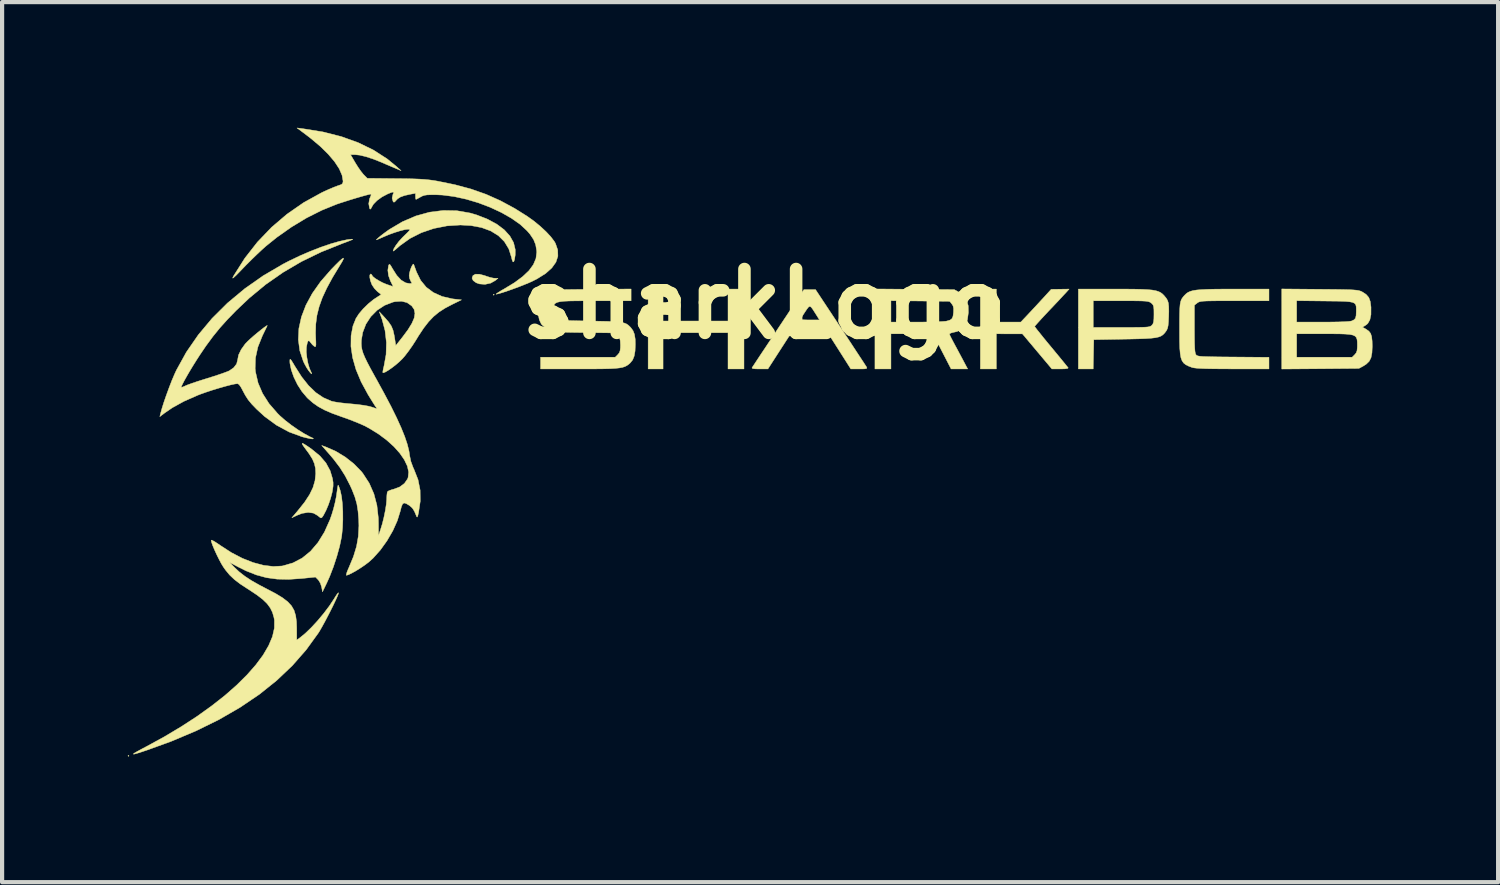
<source format=kicad_pcb>
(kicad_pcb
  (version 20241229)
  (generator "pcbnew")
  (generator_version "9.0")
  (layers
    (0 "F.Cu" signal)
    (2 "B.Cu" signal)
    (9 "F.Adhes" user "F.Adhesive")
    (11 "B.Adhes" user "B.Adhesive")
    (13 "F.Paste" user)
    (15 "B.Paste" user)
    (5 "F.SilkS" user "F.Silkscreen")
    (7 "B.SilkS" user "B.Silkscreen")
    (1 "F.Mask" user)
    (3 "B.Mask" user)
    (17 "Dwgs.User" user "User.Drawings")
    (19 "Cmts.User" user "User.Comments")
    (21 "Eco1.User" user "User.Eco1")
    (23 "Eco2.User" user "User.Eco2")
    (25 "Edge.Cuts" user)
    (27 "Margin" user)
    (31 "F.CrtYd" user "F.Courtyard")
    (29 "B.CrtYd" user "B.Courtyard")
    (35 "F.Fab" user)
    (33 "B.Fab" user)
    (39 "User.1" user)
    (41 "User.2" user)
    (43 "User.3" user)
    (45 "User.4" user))
  (footprint "sharkLogo"
    (layer "F.Cu")
    (at 14.421 7.508)
    (property "Reference" "sharkLogo" (at 0.775 -3.3 0) (layer "F.SilkS") (effects (font (size 1.524 1.524) (thickness 0.3))))
    (attr through_hole)
    (fp_poly (pts (xy -14.391 7.488) (xy -14.404 7.501) (xy -14.416 7.488) (xy -14.404 7.475) (xy -14.391 7.488)) (stroke (width 0.01) (type solid)) (fill yes) (layer "F.SilkS"))
    (fp_poly (pts (xy -5.67 -3.521) (xy -5.683 -3.509) (xy -5.695 -3.521) (xy -5.683 -3.534) (xy -5.67 -3.521)) (stroke (width 0.01) (type solid)) (fill yes) (layer "F.SilkS"))
    (fp_poly (pts (xy -1.64 -2.893) (xy -0.089 -2.893) (xy -0.089 -3.656) (xy 0.292 -3.656) (xy 0.292 -1.749) (xy -0.089 -1.749) (xy -0.089 -2.614) (xy -1.64 -2.614) (xy -1.64 -1.749) (xy -1.996 -1.749) (xy -1.996 -3.656) (xy -1.64 -3.656) (xy -1.64 -2.893)) (stroke (width 0.01) (type solid)) (fill yes) (layer "F.SilkS"))
    (fp_poly (pts (xy -6.025 -4.011) (xy -5.898 -3.978) (xy -5.867 -3.966) (xy -5.777 -3.937) (xy -5.694 -3.918) (xy -5.657 -3.915) (xy -5.581 -3.914) (xy -5.64 -3.864) (xy -5.756 -3.798) (xy -5.889 -3.769) (xy -6.023 -3.779) (xy -6.102 -3.807) (xy -6.174 -3.86) (xy -6.201 -3.918) (xy -6.179 -3.978) (xy -6.177 -3.98) (xy -6.119 -4.012) (xy -6.025 -4.011)) (stroke (width 0.01) (type solid)) (fill yes) (layer "F.SilkS"))
    (fp_poly (pts (xy -10.22 0.039) (xy -10.149 0.083) (xy -10.04 0.158) (xy -10.027 0.168) (xy -9.834 0.326) (xy -9.689 0.495) (xy -9.588 0.681) (xy -9.532 0.869) (xy -9.518 0.961) (xy -9.518 1.049) (xy -9.533 1.155) (xy -9.543 1.208) (xy -9.579 1.344) (xy -9.629 1.491) (xy -9.688 1.631) (xy -9.748 1.745) (xy -9.769 1.778) (xy -9.793 1.805) (xy -9.817 1.806) (xy -9.857 1.776) (xy -9.885 1.752) (xy -9.987 1.693) (xy -10.114 1.676) (xy -10.258 1.699) (xy -10.368 1.741) (xy -10.503 1.804) (xy -10.358 1.633) (xy -10.198 1.432) (xy -10.079 1.25) (xy -9.997 1.08) (xy -9.95 0.917) (xy -9.933 0.753) (xy -9.933 0.75) (xy -9.939 0.625) (xy -9.964 0.513) (xy -10.012 0.401) (xy -10.089 0.278) (xy -10.169 0.169) (xy -10.227 0.09) (xy -10.257 0.042) (xy -10.255 0.025) (xy -10.22 0.039)) (stroke (width 0.01) (type solid)) (fill yes) (layer "F.SilkS"))
    (fp_poly (pts (xy 6.318 -2.868) (xy 6.901 -2.868) (xy 7.075 -3.052) (xy 7.172 -3.156) (xy 7.285 -3.277) (xy 7.394 -3.396) (xy 7.438 -3.443) (xy 7.627 -3.65) (xy 8.055 -3.656) (xy 8.006 -3.6) (xy 7.974 -3.565) (xy 7.913 -3.5) (xy 7.83 -3.41) (xy 7.73 -3.304) (xy 7.619 -3.187) (xy 7.595 -3.162) (xy 7.487 -3.047) (xy 7.391 -2.944) (xy 7.314 -2.859) (xy 7.26 -2.798) (xy 7.234 -2.767) (xy 7.233 -2.764) (xy 7.249 -2.74) (xy 7.292 -2.683) (xy 7.36 -2.599) (xy 7.446 -2.491) (xy 7.548 -2.367) (xy 7.626 -2.273) (xy 7.736 -2.14) (xy 7.836 -2.019) (xy 7.92 -1.916) (xy 7.984 -1.837) (xy 8.024 -1.788) (xy 8.034 -1.774) (xy 8.019 -1.761) (xy 7.959 -1.752) (xy 7.859 -1.749) (xy 7.847 -1.749) (xy 7.644 -1.749) (xy 6.941 -2.586) (xy 6.629 -2.587) (xy 6.318 -2.588) (xy 6.318 -1.749) (xy 5.936 -1.749) (xy 5.936 -3.656) (xy 6.318 -3.656) (xy 6.318 -2.868)) (stroke (width 0.01) (type solid)) (fill yes) (layer "F.SilkS"))
    (fp_poly (pts (xy -9.272 -4.371) (xy -9.303 -4.31) (xy -9.36 -4.216) (xy -9.531 -3.934) (xy -9.668 -3.681) (xy -9.775 -3.451) (xy -9.852 -3.235) (xy -9.904 -3.028) (xy -9.931 -2.821) (xy -9.937 -2.608) (xy -9.934 -2.511) (xy -9.929 -2.398) (xy -9.928 -2.327) (xy -9.933 -2.291) (xy -9.944 -2.28) (xy -9.964 -2.287) (xy -9.966 -2.288) (xy -10.011 -2.326) (xy -10.055 -2.38) (xy -10.088 -2.42) (xy -10.113 -2.42) (xy -10.133 -2.377) (xy -10.151 -2.288) (xy -10.155 -2.26) (xy -10.158 -2.154) (xy -10.144 -2.023) (xy -10.118 -1.886) (xy -10.082 -1.764) (xy -10.057 -1.706) (xy -10.03 -1.648) (xy -10.032 -1.631) (xy -10.059 -1.655) (xy -10.104 -1.711) (xy -10.152 -1.783) (xy -10.203 -1.877) (xy -10.23 -1.934) (xy -10.313 -2.185) (xy -10.348 -2.446) (xy -10.335 -2.716) (xy -10.274 -2.992) (xy -10.167 -3.272) (xy -10.014 -3.554) (xy -9.815 -3.836) (xy -9.571 -4.116) (xy -9.564 -4.124) (xy -9.443 -4.248) (xy -9.354 -4.335) (xy -9.296 -4.384) (xy -9.27 -4.396) (xy -9.272 -4.371)) (stroke (width 0.01) (type solid)) (fill yes) (layer "F.SilkS"))
    (fp_poly (pts (xy 5.313 -3.643) (xy 5.428 -3.58) (xy 5.538 -3.498) (xy 5.609 -3.393) (xy 5.646 -3.258) (xy 5.65 -3.097) (xy 5.627 -2.926) (xy 5.576 -2.795) (xy 5.495 -2.702) (xy 5.381 -2.643) (xy 5.294 -2.623) (xy 5.233 -2.607) (xy 5.201 -2.587) (xy 5.199 -2.583) (xy 5.21 -2.549) (xy 5.241 -2.486) (xy 5.283 -2.405) (xy 5.285 -2.402) (xy 5.334 -2.31) (xy 5.398 -2.192) (xy 5.465 -2.066) (xy 5.502 -1.997) (xy 5.633 -1.749) (xy 5.435 -1.75) (xy 5.237 -1.75) (xy 5.021 -2.169) (xy 4.805 -2.588) (xy 3.801 -2.588) (xy 3.801 -1.749) (xy 3.419 -1.749) (xy 3.419 -2.868) (xy 3.801 -2.868) (xy 4.417 -2.868) (xy 4.595 -2.869) (xy 4.761 -2.872) (xy 4.907 -2.876) (xy 5.025 -2.882) (xy 5.105 -2.888) (xy 5.132 -2.892) (xy 5.212 -2.916) (xy 5.258 -2.95) (xy 5.283 -3.008) (xy 5.295 -3.102) (xy 5.297 -3.193) (xy 5.284 -3.254) (xy 5.255 -3.3) (xy 5.204 -3.364) (xy 3.801 -3.379) (xy 3.801 -2.868) (xy 3.419 -2.868) (xy 3.419 -3.659) (xy 5.313 -3.643)) (stroke (width 0.01) (type solid)) (fill yes) (layer "F.SilkS"))
    (fp_poly (pts (xy 2.598 -2.741) (xy 2.725 -2.548) (xy 2.844 -2.367) (xy 2.952 -2.202) (xy 3.046 -2.059) (xy 3.123 -1.942) (xy 3.179 -1.856) (xy 3.212 -1.805) (xy 3.219 -1.794) (xy 3.226 -1.771) (xy 3.214 -1.758) (xy 3.173 -1.751) (xy 3.094 -1.749) (xy 3.043 -1.749) (xy 2.843 -1.749) (xy 2.593 -2.143) (xy 2.342 -2.537) (xy 1.857 -2.537) (xy 1.372 -2.536) (xy 1.118 -2.143) (xy 0.864 -1.749) (xy 0.665 -1.749) (xy 0.563 -1.751) (xy 0.505 -1.758) (xy 0.484 -1.77) (xy 0.486 -1.781) (xy 0.504 -1.808) (xy 0.547 -1.873) (xy 0.612 -1.972) (xy 0.696 -2.099) (xy 0.797 -2.25) (xy 0.911 -2.422) (xy 1.035 -2.608) (xy 1.114 -2.728) (xy 1.25 -2.932) (xy 1.639 -2.932) (xy 1.663 -2.926) (xy 1.726 -2.922) (xy 1.817 -2.919) (xy 1.868 -2.919) (xy 2.096 -2.919) (xy 2.004 -3.065) (xy 1.941 -3.164) (xy 1.898 -3.223) (xy 1.865 -3.244) (xy 1.834 -3.228) (xy 1.794 -3.177) (xy 1.75 -3.111) (xy 1.698 -3.031) (xy 1.659 -2.969) (xy 1.64 -2.935) (xy 1.639 -2.932) (xy 1.25 -2.932) (xy 1.723 -3.643) (xy 2.001 -3.643) (xy 2.598 -2.741)) (stroke (width 0.01) (type solid)) (fill yes) (layer "F.SilkS"))
    (fp_poly (pts (xy -6.563 -5.527) (xy -6.241 -5.471) (xy -6.089 -5.426) (xy -5.829 -5.324) (xy -5.609 -5.205) (xy -5.431 -5.071) (xy -5.298 -4.924) (xy -5.209 -4.766) (xy -5.169 -4.599) (xy -5.17 -4.468) (xy -5.186 -4.364) (xy -5.204 -4.309) (xy -5.224 -4.305) (xy -5.244 -4.351) (xy -5.259 -4.415) (xy -5.323 -4.616) (xy -5.428 -4.789) (xy -5.572 -4.932) (xy -5.754 -5.044) (xy -5.973 -5.125) (xy -6.225 -5.172) (xy -6.478 -5.186) (xy -6.801 -5.165) (xy -7.114 -5.103) (xy -7.409 -5.003) (xy -7.68 -4.866) (xy -7.918 -4.696) (xy -7.956 -4.663) (xy -8.02 -4.607) (xy -8.066 -4.571) (xy -8.085 -4.562) (xy -8.085 -4.563) (xy -8.068 -4.619) (xy -8.019 -4.699) (xy -7.948 -4.793) (xy -7.86 -4.89) (xy -7.823 -4.926) (xy -7.746 -5.001) (xy -7.702 -5.048) (xy -7.687 -5.073) (xy -7.697 -5.083) (xy -7.729 -5.085) (xy -7.806 -5.075) (xy -7.916 -5.048) (xy -8.046 -5.007) (xy -8.183 -4.958) (xy -8.311 -4.904) (xy -8.393 -4.868) (xy -8.455 -4.842) (xy -8.483 -4.831) (xy -8.484 -4.831) (xy -8.477 -4.844) (xy -8.437 -4.88) (xy -8.375 -4.932) (xy -8.298 -4.991) (xy -8.215 -5.051) (xy -8.172 -5.081) (xy -7.861 -5.265) (xy -7.541 -5.402) (xy -7.216 -5.492) (xy -6.888 -5.533) (xy -6.563 -5.527)) (stroke (width 0.01) (type solid)) (fill yes) (layer "F.SilkS"))
    (fp_poly (pts (xy 9.396 -3.656) (xy 9.612 -3.654) (xy 9.787 -3.65) (xy 9.927 -3.643) (xy 10.037 -3.633) (xy 10.122 -3.618) (xy 10.188 -3.598) (xy 10.24 -3.573) (xy 10.283 -3.541) (xy 10.322 -3.502) (xy 10.332 -3.49) (xy 10.377 -3.435) (xy 10.407 -3.381) (xy 10.426 -3.319) (xy 10.434 -3.237) (xy 10.436 -3.124) (xy 10.433 -3.003) (xy 10.427 -2.875) (xy 10.419 -2.786) (xy 10.406 -2.724) (xy 10.386 -2.677) (xy 10.367 -2.648) (xy 10.332 -2.602) (xy 10.294 -2.564) (xy 10.25 -2.535) (xy 10.192 -2.512) (xy 10.116 -2.495) (xy 10.015 -2.483) (xy 9.883 -2.474) (xy 9.715 -2.468) (xy 9.505 -2.463) (xy 9.382 -2.461) (xy 8.644 -2.448) (xy 8.637 -2.099) (xy 8.63 -1.749) (xy 8.276 -1.749) (xy 8.276 -3.376) (xy 8.631 -3.376) (xy 8.631 -2.741) (xy 9.305 -2.741) (xy 9.508 -2.741) (xy 9.667 -2.742) (xy 9.787 -2.744) (xy 9.874 -2.747) (xy 9.935 -2.752) (xy 9.976 -2.76) (xy 10.003 -2.771) (xy 10.022 -2.784) (xy 10.03 -2.791) (xy 10.056 -2.825) (xy 10.071 -2.871) (xy 10.079 -2.942) (xy 10.081 -3.051) (xy 10.081 -3.057) (xy 10.08 -3.163) (xy 10.074 -3.23) (xy 10.061 -3.273) (xy 10.037 -3.304) (xy 10.014 -3.324) (xy 9.991 -3.34) (xy 9.965 -3.352) (xy 9.928 -3.361) (xy 9.874 -3.368) (xy 9.798 -3.372) (xy 9.693 -3.375) (xy 9.551 -3.376) (xy 9.368 -3.376) (xy 9.289 -3.376) (xy 8.631 -3.376) (xy 8.276 -3.376) (xy 8.276 -3.656) (xy 9.135 -3.656) (xy 9.396 -3.656)) (stroke (width 0.01) (type solid)) (fill yes) (layer "F.SilkS"))
    (fp_poly (pts (xy 12.827 -3.376) (xy 12.004 -3.376) (xy 11.777 -3.376) (xy 11.596 -3.376) (xy 11.454 -3.374) (xy 11.347 -3.372) (xy 11.267 -3.368) (xy 11.211 -3.362) (xy 11.172 -3.354) (xy 11.145 -3.344) (xy 11.124 -3.331) (xy 11.114 -3.324) (xy 11.047 -3.271) (xy 11.047 -2.706) (xy 11.048 -2.511) (xy 11.05 -2.362) (xy 11.054 -2.252) (xy 11.06 -2.174) (xy 11.069 -2.123) (xy 11.081 -2.094) (xy 11.083 -2.091) (xy 11.095 -2.077) (xy 11.113 -2.067) (xy 11.142 -2.058) (xy 11.188 -2.051) (xy 11.255 -2.046) (xy 11.35 -2.043) (xy 11.477 -2.04) (xy 11.641 -2.037) (xy 11.848 -2.035) (xy 11.973 -2.034) (xy 12.827 -2.027) (xy 12.827 -1.749) (xy 11.956 -1.75) (xy 11.701 -1.751) (xy 11.493 -1.753) (xy 11.327 -1.756) (xy 11.198 -1.761) (xy 11.102 -1.767) (xy 11.035 -1.775) (xy 10.992 -1.784) (xy 10.99 -1.785) (xy 10.907 -1.817) (xy 10.841 -1.85) (xy 10.79 -1.89) (xy 10.752 -1.944) (xy 10.725 -2.017) (xy 10.708 -2.115) (xy 10.697 -2.244) (xy 10.692 -2.41) (xy 10.691 -2.618) (xy 10.691 -2.702) (xy 10.691 -2.905) (xy 10.693 -3.065) (xy 10.697 -3.187) (xy 10.704 -3.28) (xy 10.716 -3.348) (xy 10.733 -3.4) (xy 10.757 -3.442) (xy 10.788 -3.482) (xy 10.814 -3.51) (xy 10.852 -3.547) (xy 10.894 -3.577) (xy 10.947 -3.601) (xy 11.014 -3.62) (xy 11.101 -3.634) (xy 11.214 -3.643) (xy 11.358 -3.65) (xy 11.538 -3.654) (xy 11.759 -3.656) (xy 11.98 -3.656) (xy 12.827 -3.656) (xy 12.827 -3.376)) (stroke (width 0.01) (type solid)) (fill yes) (layer "F.SilkS"))
    (fp_poly (pts (xy 14.041 -3.651) (xy 14.281 -3.649) (xy 14.475 -3.647) (xy 14.63 -3.644) (xy 14.751 -3.641) (xy 14.842 -3.636) (xy 14.91 -3.63) (xy 14.96 -3.623) (xy 14.997 -3.613) (xy 15.028 -3.602) (xy 15.05 -3.591) (xy 15.147 -3.528) (xy 15.21 -3.455) (xy 15.246 -3.358) (xy 15.263 -3.225) (xy 15.263 -3.212) (xy 15.262 -3.046) (xy 15.236 -2.922) (xy 15.186 -2.834) (xy 15.136 -2.793) (xy 15.061 -2.747) (xy 15.152 -2.694) (xy 15.213 -2.65) (xy 15.254 -2.596) (xy 15.278 -2.521) (xy 15.29 -2.415) (xy 15.293 -2.288) (xy 15.286 -2.133) (xy 15.263 -2.017) (xy 15.219 -1.931) (xy 15.15 -1.864) (xy 15.09 -1.825) (xy 14.975 -1.762) (xy 14.053 -1.754) (xy 13.132 -1.747) (xy 13.132 -2.588) (xy 13.488 -2.588) (xy 13.488 -2.029) (xy 14.812 -2.029) (xy 14.875 -2.091) (xy 14.91 -2.135) (xy 14.929 -2.186) (xy 14.936 -2.261) (xy 14.937 -2.314) (xy 14.936 -2.39) (xy 14.93 -2.451) (xy 14.914 -2.498) (xy 14.884 -2.532) (xy 14.832 -2.557) (xy 14.755 -2.573) (xy 14.647 -2.582) (xy 14.502 -2.587) (xy 14.316 -2.588) (xy 14.138 -2.588) (xy 13.488 -2.588) (xy 13.132 -2.588) (xy 13.132 -2.868) (xy 13.488 -2.868) (xy 14.109 -2.868) (xy 14.314 -2.869) (xy 14.49 -2.872) (xy 14.633 -2.877) (xy 14.736 -2.884) (xy 14.795 -2.893) (xy 14.801 -2.895) (xy 14.859 -2.923) (xy 14.892 -2.96) (xy 14.907 -3.022) (xy 14.911 -3.12) (xy 14.911 -3.124) (xy 14.911 -3.192) (xy 14.908 -3.246) (xy 14.896 -3.288) (xy 14.869 -3.318) (xy 14.823 -3.339) (xy 14.751 -3.353) (xy 14.649 -3.362) (xy 14.511 -3.367) (xy 14.332 -3.369) (xy 14.164 -3.371) (xy 13.488 -3.379) (xy 13.488 -2.868) (xy 13.132 -2.868) (xy 13.132 -3.659) (xy 14.041 -3.651)) (stroke (width 0.01) (type solid)) (fill yes) (layer "F.SilkS"))
    (fp_poly (pts (xy -2.403 -3.376) (xy -3.257 -3.376) (xy -3.508 -3.376) (xy -3.714 -3.375) (xy -3.878 -3.372) (xy -4.005 -3.366) (xy -4.101 -3.355) (xy -4.168 -3.339) (xy -4.213 -3.316) (xy -4.24 -3.285) (xy -4.253 -3.246) (xy -4.258 -3.196) (xy -4.259 -3.135) (xy -4.259 -3.132) (xy -4.259 -3.072) (xy -4.254 -3.024) (xy -4.241 -2.986) (xy -4.214 -2.957) (xy -4.167 -2.935) (xy -4.097 -2.92) (xy -3.997 -2.91) (xy -3.863 -2.903) (xy -3.69 -2.899) (xy -3.473 -2.895) (xy -3.386 -2.893) (xy -3.156 -2.889) (xy -2.972 -2.885) (xy -2.826 -2.879) (xy -2.714 -2.871) (xy -2.628 -2.86) (xy -2.564 -2.845) (xy -2.515 -2.825) (xy -2.476 -2.799) (xy -2.439 -2.766) (xy -2.411 -2.737) (xy -2.357 -2.663) (xy -2.323 -2.576) (xy -2.305 -2.462) (xy -2.302 -2.339) (xy -2.308 -2.178) (xy -2.329 -2.057) (xy -2.366 -1.965) (xy -2.422 -1.895) (xy -2.462 -1.859) (xy -2.503 -1.83) (xy -2.55 -1.806) (xy -2.608 -1.787) (xy -2.683 -1.773) (xy -2.78 -1.763) (xy -2.903 -1.756) (xy -3.06 -1.752) (xy -3.253 -1.75) (xy -3.49 -1.749) (xy -3.64 -1.749) (xy -4.564 -1.749) (xy -4.564 -2.029) (xy -2.782 -2.029) (xy -2.72 -2.091) (xy -2.685 -2.134) (xy -2.666 -2.185) (xy -2.658 -2.259) (xy -2.657 -2.317) (xy -2.662 -2.422) (xy -2.679 -2.494) (xy -2.709 -2.545) (xy -2.76 -2.609) (xy -3.503 -2.618) (xy -3.717 -2.62) (xy -3.887 -2.623) (xy -4.018 -2.626) (xy -4.118 -2.63) (xy -4.192 -2.636) (xy -4.247 -2.644) (xy -4.29 -2.654) (xy -4.326 -2.668) (xy -4.363 -2.685) (xy -4.372 -2.69) (xy -4.454 -2.739) (xy -4.522 -2.794) (xy -4.547 -2.821) (xy -4.594 -2.921) (xy -4.62 -3.05) (xy -4.623 -3.191) (xy -4.604 -3.327) (xy -4.564 -3.441) (xy -4.55 -3.464) (xy -4.503 -3.512) (xy -4.43 -3.563) (xy -4.391 -3.585) (xy -4.358 -3.6) (xy -4.326 -3.612) (xy -4.289 -3.622) (xy -4.24 -3.63) (xy -4.175 -3.636) (xy -4.087 -3.64) (xy -3.973 -3.644) (xy -3.825 -3.646) (xy -3.64 -3.648) (xy -3.41 -3.65) (xy -3.338 -3.651) (xy -2.403 -3.658) (xy -2.403 -3.376)) (stroke (width 0.01) (type solid)) (fill yes) (layer "F.SilkS"))
    (fp_poly (pts (xy -9.05 -4.846) (xy -9.061 -4.836) (xy -9.109 -4.815) (xy -9.198 -4.781) (xy -9.293 -4.746) (xy -9.804 -4.541) (xy -10.275 -4.312) (xy -10.713 -4.055) (xy -11.126 -3.767) (xy -11.52 -3.441) (xy -11.824 -3.153) (xy -12.036 -2.935) (xy -12.22 -2.731) (xy -12.388 -2.524) (xy -12.553 -2.3) (xy -12.699 -2.085) (xy -12.779 -1.961) (xy -12.861 -1.83) (xy -12.941 -1.698) (xy -13.013 -1.574) (xy -13.074 -1.465) (xy -13.118 -1.379) (xy -13.142 -1.325) (xy -13.145 -1.313) (xy -13.125 -1.313) (xy -13.075 -1.332) (xy -13.05 -1.344) (xy -12.994 -1.368) (xy -12.9 -1.402) (xy -12.777 -1.444) (xy -12.636 -1.489) (xy -12.524 -1.524) (xy -12.377 -1.57) (xy -12.24 -1.615) (xy -12.123 -1.656) (xy -12.037 -1.688) (xy -11.999 -1.704) (xy -11.892 -1.778) (xy -11.822 -1.869) (xy -11.797 -1.966) (xy -11.797 -1.968) (xy -11.775 -2.083) (xy -11.713 -2.212) (xy -11.618 -2.345) (xy -11.599 -2.366) (xy -11.552 -2.414) (xy -11.485 -2.476) (xy -11.405 -2.546) (xy -11.32 -2.617) (xy -11.238 -2.683) (xy -11.168 -2.737) (xy -11.116 -2.774) (xy -11.09 -2.787) (xy -11.09 -2.782) (xy -11.105 -2.75) (xy -11.137 -2.684) (xy -11.18 -2.595) (xy -11.206 -2.542) (xy -11.314 -2.273) (xy -11.371 -2.013) (xy -11.379 -1.762) (xy -11.37 -1.677) (xy -11.309 -1.414) (xy -11.202 -1.164) (xy -11.048 -0.922) (xy -10.845 -0.688) (xy -10.789 -0.632) (xy -10.666 -0.524) (xy -10.518 -0.409) (xy -10.36 -0.299) (xy -10.206 -0.203) (xy -10.073 -0.131) (xy -10.064 -0.127) (xy -10.003 -0.098) (xy -9.987 -0.083) (xy -10.01 -0.079) (xy -10.018 -0.079) (xy -10.074 -0.086) (xy -10.16 -0.105) (xy -10.258 -0.13) (xy -10.259 -0.13) (xy -10.569 -0.244) (xy -10.869 -0.406) (xy -11.152 -0.613) (xy -11.342 -0.787) (xy -11.458 -0.907) (xy -11.544 -1.011) (xy -11.611 -1.114) (xy -11.658 -1.201) (xy -11.717 -1.312) (xy -11.763 -1.377) (xy -11.799 -1.398) (xy -11.8 -1.398) (xy -11.864 -1.39) (xy -11.966 -1.368) (xy -12.096 -1.334) (xy -12.243 -1.292) (xy -12.398 -1.245) (xy -12.549 -1.195) (xy -12.687 -1.146) (xy -12.756 -1.119) (xy -13.08 -0.976) (xy -13.354 -0.825) (xy -13.538 -0.699) (xy -13.655 -0.61) (xy -13.639 -0.68) (xy -13.607 -0.797) (xy -13.56 -0.948) (xy -13.501 -1.118) (xy -13.436 -1.296) (xy -13.37 -1.467) (xy -13.306 -1.618) (xy -13.261 -1.716) (xy -13.021 -2.151) (xy -12.735 -2.565) (xy -12.407 -2.957) (xy -12.038 -3.324) (xy -11.63 -3.664) (xy -11.187 -3.975) (xy -10.71 -4.254) (xy -10.559 -4.332) (xy -10.31 -4.451) (xy -10.057 -4.56) (xy -9.81 -4.656) (xy -9.576 -4.736) (xy -9.366 -4.796) (xy -9.186 -4.835) (xy -9.124 -4.843) (xy -9.072 -4.848) (xy -9.05 -4.846)) (stroke (width 0.01) (type solid)) (fill yes) (layer "F.SilkS"))
    (fp_poly (pts (xy -9.387 1.042) (xy -9.367 1.096) (xy -9.345 1.163) (xy -9.317 1.293) (xy -9.297 1.461) (xy -9.286 1.651) (xy -9.285 1.851) (xy -9.293 2.047) (xy -9.311 2.226) (xy -9.317 2.267) (xy -9.362 2.484) (xy -9.429 2.726) (xy -9.51 2.974) (xy -9.601 3.209) (xy -9.665 3.352) (xy -9.771 3.572) (xy -9.792 3.459) (xy -9.821 3.368) (xy -9.867 3.293) (xy -9.876 3.283) (xy -9.938 3.22) (xy -10.268 3.254) (xy -10.576 3.275) (xy -10.852 3.269) (xy -11.106 3.235) (xy -11.35 3.169) (xy -11.597 3.071) (xy -11.772 2.984) (xy -11.988 2.87) (xy -11.874 2.988) (xy -11.759 3.096) (xy -11.627 3.199) (xy -11.47 3.302) (xy -11.278 3.411) (xy -11.096 3.506) (xy -10.89 3.614) (xy -10.727 3.713) (xy -10.603 3.808) (xy -10.512 3.906) (xy -10.45 4.014) (xy -10.412 4.138) (xy -10.392 4.284) (xy -10.387 4.44) (xy -10.386 4.723) (xy -10.313 4.671) (xy -10.184 4.566) (xy -10.04 4.427) (xy -9.89 4.265) (xy -9.742 4.088) (xy -9.606 3.908) (xy -9.491 3.735) (xy -9.468 3.696) (xy -9.428 3.635) (xy -9.399 3.599) (xy -9.389 3.595) (xy -9.394 3.623) (xy -9.419 3.687) (xy -9.461 3.78) (xy -9.515 3.894) (xy -9.578 4.021) (xy -9.646 4.153) (xy -9.714 4.283) (xy -9.779 4.401) (xy -9.836 4.501) (xy -9.871 4.557) (xy -10.16 4.956) (xy -10.49 5.333) (xy -10.863 5.687) (xy -11.278 6.02) (xy -11.738 6.331) (xy -12.241 6.622) (xy -12.79 6.892) (xy -13.385 7.143) (xy -13.933 7.342) (xy -14.093 7.396) (xy -14.205 7.431) (xy -14.27 7.448) (xy -14.289 7.445) (xy -14.261 7.422) (xy -14.186 7.379) (xy -14.066 7.314) (xy -13.971 7.264) (xy -13.543 7.03) (xy -13.14 6.789) (xy -12.764 6.544) (xy -12.418 6.296) (xy -12.102 6.048) (xy -11.82 5.8) (xy -11.573 5.555) (xy -11.362 5.315) (xy -11.189 5.082) (xy -11.057 4.856) (xy -10.966 4.641) (xy -10.92 4.438) (xy -10.919 4.249) (xy -10.93 4.187) (xy -10.965 4.065) (xy -11.018 3.957) (xy -11.093 3.855) (xy -11.197 3.754) (xy -11.335 3.648) (xy -11.512 3.53) (xy -11.559 3.5) (xy -11.735 3.385) (xy -11.875 3.278) (xy -11.988 3.171) (xy -12.084 3.055) (xy -12.137 2.98) (xy -12.188 2.897) (xy -12.243 2.793) (xy -12.299 2.68) (xy -12.35 2.568) (xy -12.392 2.468) (xy -12.42 2.389) (xy -12.429 2.342) (xy -12.428 2.338) (xy -12.406 2.342) (xy -12.351 2.371) (xy -12.274 2.421) (xy -12.204 2.469) (xy -11.946 2.636) (xy -11.685 2.772) (xy -11.428 2.873) (xy -11.18 2.939) (xy -10.948 2.967) (xy -10.738 2.956) (xy -10.72 2.952) (xy -10.477 2.882) (xy -10.256 2.766) (xy -10.057 2.604) (xy -9.88 2.397) (xy -9.725 2.146) (xy -9.593 1.851) (xy -9.55 1.729) (xy -9.508 1.591) (xy -9.471 1.443) (xy -9.443 1.307) (xy -9.434 1.248) (xy -9.421 1.15) (xy -9.409 1.073) (xy -9.401 1.03) (xy -9.399 1.025) (xy -9.387 1.042)) (stroke (width 0.01) (type solid)) (fill yes) (layer "F.SilkS"))
    (fp_poly (pts (xy -10.243 -7.486) (xy -9.763 -7.409) (xy -9.321 -7.297) (xy -8.918 -7.152) (xy -8.552 -6.974) (xy -8.224 -6.762) (xy -8.009 -6.586) (xy -7.895 -6.483) (xy -8.022 -6.537) (xy -8.109 -6.574) (xy -8.22 -6.621) (xy -8.333 -6.67) (xy -8.345 -6.676) (xy -8.548 -6.757) (xy -8.73 -6.817) (xy -8.883 -6.854) (xy -8.99 -6.865) (xy -9.101 -6.865) (xy -8.986 -6.668) (xy -8.922 -6.566) (xy -8.856 -6.471) (xy -8.799 -6.399) (xy -8.786 -6.386) (xy -8.702 -6.301) (xy -8.019 -6.294) (xy -7.794 -6.292) (xy -7.611 -6.288) (xy -7.46 -6.282) (xy -7.334 -6.274) (xy -7.223 -6.263) (xy -7.117 -6.249) (xy -7.03 -6.234) (xy -6.609 -6.148) (xy -6.225 -6.045) (xy -5.867 -5.919) (xy -5.524 -5.766) (xy -5.183 -5.582) (xy -4.882 -5.393) (xy -4.725 -5.281) (xy -4.574 -5.157) (xy -4.436 -5.029) (xy -4.321 -4.906) (xy -4.237 -4.795) (xy -4.209 -4.747) (xy -4.155 -4.591) (xy -4.151 -4.442) (xy -4.198 -4.298) (xy -4.296 -4.161) (xy -4.443 -4.029) (xy -4.642 -3.904) (xy -4.736 -3.856) (xy -4.83 -3.812) (xy -4.949 -3.763) (xy -5.083 -3.71) (xy -5.221 -3.659) (xy -5.354 -3.612) (xy -5.472 -3.573) (xy -5.563 -3.546) (xy -5.62 -3.534) (xy -5.625 -3.534) (xy -5.618 -3.546) (xy -5.574 -3.576) (xy -5.502 -3.621) (xy -5.435 -3.659) (xy -5.189 -3.808) (xy -4.992 -3.954) (xy -4.841 -4.097) (xy -4.736 -4.241) (xy -4.675 -4.386) (xy -4.656 -4.535) (xy -4.658 -4.574) (xy -4.681 -4.713) (xy -4.731 -4.839) (xy -4.816 -4.966) (xy -4.888 -5.049) (xy -5.053 -5.202) (xy -5.261 -5.348) (xy -5.502 -5.485) (xy -5.768 -5.609) (xy -6.05 -5.716) (xy -6.339 -5.802) (xy -6.627 -5.865) (xy -6.904 -5.901) (xy -7.056 -5.908) (xy -7.183 -5.908) (xy -7.273 -5.905) (xy -7.336 -5.895) (xy -7.387 -5.878) (xy -7.432 -5.854) (xy -7.493 -5.82) (xy -7.533 -5.799) (xy -7.54 -5.797) (xy -7.548 -5.819) (xy -7.551 -5.87) (xy -7.551 -5.943) (xy -7.672 -5.921) (xy -7.811 -5.89) (xy -7.909 -5.855) (xy -7.977 -5.812) (xy -8.01 -5.777) (xy -8.049 -5.735) (xy -8.073 -5.732) (xy -8.086 -5.747) (xy -8.109 -5.828) (xy -8.089 -5.917) (xy -8.084 -5.926) (xy -8.071 -5.961) (xy -8.087 -5.973) (xy -8.136 -5.96) (xy -8.217 -5.927) (xy -8.351 -5.856) (xy -8.468 -5.771) (xy -8.555 -5.682) (xy -8.587 -5.629) (xy -8.616 -5.575) (xy -8.634 -5.563) (xy -8.648 -5.586) (xy -8.667 -5.695) (xy -8.648 -5.81) (xy -8.631 -5.849) (xy -8.611 -5.899) (xy -8.612 -5.924) (xy -8.614 -5.924) (xy -8.654 -5.917) (xy -8.733 -5.897) (xy -8.841 -5.867) (xy -8.967 -5.83) (xy -9.103 -5.789) (xy -9.238 -5.746) (xy -9.362 -5.706) (xy -9.433 -5.682) (xy -9.788 -5.538) (xy -10.152 -5.355) (xy -10.513 -5.137) (xy -10.862 -4.891) (xy -11.125 -4.679) (xy -11.222 -4.592) (xy -11.341 -4.48) (xy -11.47 -4.355) (xy -11.597 -4.228) (xy -11.653 -4.17) (xy -11.761 -4.058) (xy -11.838 -3.98) (xy -11.888 -3.934) (xy -11.912 -3.916) (xy -11.915 -3.924) (xy -11.901 -3.956) (xy -11.888 -3.979) (xy -11.626 -4.393) (xy -11.325 -4.778) (xy -10.988 -5.13) (xy -10.619 -5.445) (xy -10.221 -5.721) (xy -9.797 -5.955) (xy -9.731 -5.987) (xy -9.618 -6.038) (xy -9.509 -6.084) (xy -9.421 -6.118) (xy -9.388 -6.129) (xy -9.32 -6.153) (xy -9.289 -6.182) (xy -9.28 -6.227) (xy -9.28 -6.233) (xy -9.304 -6.373) (xy -9.372 -6.53) (xy -9.483 -6.699) (xy -9.634 -6.877) (xy -9.823 -7.063) (xy -10.048 -7.252) (xy -10.128 -7.314) (xy -10.379 -7.503) (xy -10.243 -7.486)) (stroke (width 0.01) (type solid)) (fill yes) (layer "F.SilkS"))
    (fp_poly (pts (xy -7.593 -4.246) (xy -7.577 -4.203) (xy -7.55 -4.129) (xy -7.525 -4.061) (xy -7.427 -3.863) (xy -7.293 -3.7) (xy -7.122 -3.573) (xy -6.916 -3.48) (xy -6.674 -3.424) (xy -6.602 -3.415) (xy -6.452 -3.399) (xy -6.671 -3.292) (xy -6.844 -3.201) (xy -6.99 -3.107) (xy -7.119 -3.001) (xy -7.238 -2.876) (xy -7.356 -2.724) (xy -7.48 -2.537) (xy -7.543 -2.433) (xy -7.624 -2.307) (xy -7.714 -2.179) (xy -7.801 -2.065) (xy -7.862 -1.994) (xy -7.937 -1.921) (xy -8.024 -1.846) (xy -8.115 -1.776) (xy -8.2 -1.717) (xy -8.271 -1.675) (xy -8.318 -1.657) (xy -8.33 -1.66) (xy -8.33 -1.689) (xy -8.319 -1.753) (xy -8.302 -1.822) (xy -8.253 -2.094) (xy -8.245 -2.38) (xy -8.278 -2.666) (xy -8.35 -2.937) (xy -8.355 -2.949) (xy -8.415 -3.115) (xy -8.288 -2.979) (xy -8.193 -2.87) (xy -8.129 -2.775) (xy -8.087 -2.674) (xy -8.059 -2.55) (xy -8.05 -2.497) (xy -8.021 -2.308) (xy -7.865 -2.504) (xy -7.731 -2.684) (xy -7.637 -2.837) (xy -7.581 -2.967) (xy -7.564 -3.077) (xy -7.583 -3.17) (xy -7.638 -3.251) (xy -7.643 -3.256) (xy -7.752 -3.333) (xy -7.883 -3.366) (xy -8.038 -3.356) (xy -8.089 -3.345) (xy -8.288 -3.268) (xy -8.466 -3.151) (xy -8.617 -2.999) (xy -8.734 -2.82) (xy -8.811 -2.621) (xy -8.842 -2.44) (xy -8.845 -2.36) (xy -8.841 -2.285) (xy -8.827 -2.208) (xy -8.801 -2.123) (xy -8.759 -2.023) (xy -8.7 -1.901) (xy -8.621 -1.751) (xy -8.519 -1.566) (xy -8.487 -1.509) (xy -8.298 -1.164) (xy -8.136 -0.857) (xy -8.002 -0.585) (xy -7.893 -0.345) (xy -7.808 -0.135) (xy -7.746 0.05) (xy -7.706 0.211) (xy -7.689 0.324) (xy -7.662 0.456) (xy -7.608 0.603) (xy -7.587 0.648) (xy -7.49 0.895) (xy -7.44 1.146) (xy -7.437 1.409) (xy -7.477 1.678) (xy -7.495 1.755) (xy -7.508 1.787) (xy -7.52 1.782) (xy -7.532 1.754) (xy -7.577 1.648) (xy -7.624 1.575) (xy -7.682 1.521) (xy -7.702 1.507) (xy -7.774 1.464) (xy -7.824 1.451) (xy -7.859 1.475) (xy -7.887 1.54) (xy -7.914 1.646) (xy -7.985 1.875) (xy -8.092 2.114) (xy -8.229 2.35) (xy -8.387 2.571) (xy -8.558 2.763) (xy -8.663 2.859) (xy -8.751 2.926) (xy -8.853 2.996) (xy -8.959 3.063) (xy -9.059 3.119) (xy -9.141 3.16) (xy -9.195 3.178) (xy -9.2 3.178) (xy -9.202 3.157) (xy -9.186 3.101) (xy -9.154 3.021) (xy -9.141 2.994) (xy -9.032 2.731) (xy -8.958 2.487) (xy -8.916 2.247) (xy -8.902 1.997) (xy -8.906 1.852) (xy -8.923 1.647) (xy -8.951 1.471) (xy -8.998 1.306) (xy -9.067 1.13) (xy -9.114 1.027) (xy -9.229 0.804) (xy -9.357 0.601) (xy -9.511 0.399) (xy -9.615 0.277) (xy -9.79 0.078) (xy -9.686 0.115) (xy -9.454 0.217) (xy -9.228 0.354) (xy -9.022 0.516) (xy -8.849 0.693) (xy -8.809 0.742) (xy -8.655 0.979) (xy -8.544 1.232) (xy -8.472 1.506) (xy -8.438 1.809) (xy -8.435 1.932) (xy -8.433 2.225) (xy -8.385 2.085) (xy -8.343 1.949) (xy -8.304 1.792) (xy -8.271 1.63) (xy -8.248 1.481) (xy -8.238 1.361) (xy -8.238 1.348) (xy -8.234 1.265) (xy -8.226 1.201) (xy -8.218 1.18) (xy -8.185 1.158) (xy -8.118 1.134) (xy -8.063 1.119) (xy -7.925 1.067) (xy -7.815 0.984) (xy -7.742 0.88) (xy -7.727 0.84) (xy -7.714 0.713) (xy -7.745 0.571) (xy -7.817 0.42) (xy -7.925 0.263) (xy -8.066 0.105) (xy -8.237 -0.049) (xy -8.434 -0.196) (xy -8.653 -0.331) (xy -8.765 -0.391) (xy -8.858 -0.433) (xy -8.984 -0.485) (xy -9.129 -0.542) (xy -9.279 -0.596) (xy -9.321 -0.61) (xy -9.541 -0.69) (xy -9.721 -0.768) (xy -9.87 -0.849) (xy -9.999 -0.939) (xy -10.117 -1.042) (xy -10.145 -1.071) (xy -10.263 -1.211) (xy -10.369 -1.376) (xy -10.455 -1.553) (xy -10.517 -1.728) (xy -10.549 -1.888) (xy -10.551 -1.944) (xy -10.548 -1.976) (xy -10.537 -1.98) (xy -10.514 -1.952) (xy -10.474 -1.888) (xy -10.433 -1.818) (xy -10.269 -1.56) (xy -10.103 -1.351) (xy -9.932 -1.186) (xy -9.753 -1.065) (xy -9.563 -0.982) (xy -9.543 -0.976) (xy -9.472 -0.961) (xy -9.365 -0.944) (xy -9.235 -0.929) (xy -9.096 -0.916) (xy -9.083 -0.915) (xy -8.93 -0.9) (xy -8.788 -0.881) (xy -8.672 -0.86) (xy -8.604 -0.842) (xy -8.465 -0.796) (xy -8.503 -0.849) (xy -8.532 -0.893) (xy -8.579 -0.968) (xy -8.638 -1.063) (xy -8.685 -1.14) (xy -8.848 -1.44) (xy -8.971 -1.734) (xy -9.052 -2.018) (xy -9.092 -2.288) (xy -9.089 -2.542) (xy -9.044 -2.776) (xy -8.973 -2.954) (xy -8.901 -3.065) (xy -8.799 -3.186) (xy -8.678 -3.304) (xy -8.553 -3.406) (xy -8.514 -3.432) (xy -8.37 -3.526) (xy -8.459 -3.597) (xy -8.529 -3.668) (xy -8.587 -3.754) (xy -8.596 -3.773) (xy -8.627 -3.857) (xy -8.642 -3.935) (xy -8.641 -3.992) (xy -8.622 -4.017) (xy -8.619 -4.017) (xy -8.595 -4) (xy -8.594 -3.995) (xy -8.572 -3.959) (xy -8.515 -3.912) (xy -8.432 -3.86) (xy -8.337 -3.809) (xy -8.246 -3.771) (xy -8.165 -3.743) (xy -8.108 -3.724) (xy -8.085 -3.719) (xy -8.085 -3.719) (xy -8.096 -3.743) (xy -8.123 -3.798) (xy -8.149 -3.85) (xy -8.195 -3.977) (xy -8.211 -4.106) (xy -8.194 -4.219) (xy -8.19 -4.229) (xy -8.176 -4.248) (xy -8.155 -4.235) (xy -8.122 -4.183) (xy -8.102 -4.147) (xy -7.998 -3.983) (xy -7.892 -3.869) (xy -7.784 -3.805) (xy -7.691 -3.788) (xy -7.646 -3.792) (xy -7.642 -3.811) (xy -7.664 -3.845) (xy -7.693 -3.913) (xy -7.702 -3.978) (xy -7.694 -4.04) (xy -7.675 -4.111) (xy -7.65 -4.179) (xy -7.624 -4.23) (xy -7.603 -4.253) (xy -7.593 -4.246)) (stroke (width 0.01) (type solid)) (fill yes) (layer "F.SilkS")))
  (gr_rect
    (start -3 -3)
    (end 32.719 18.013)
    (stroke (width 0.1) (type default))
    (fill no)
    (layer "Edge.Cuts")))
</source>
